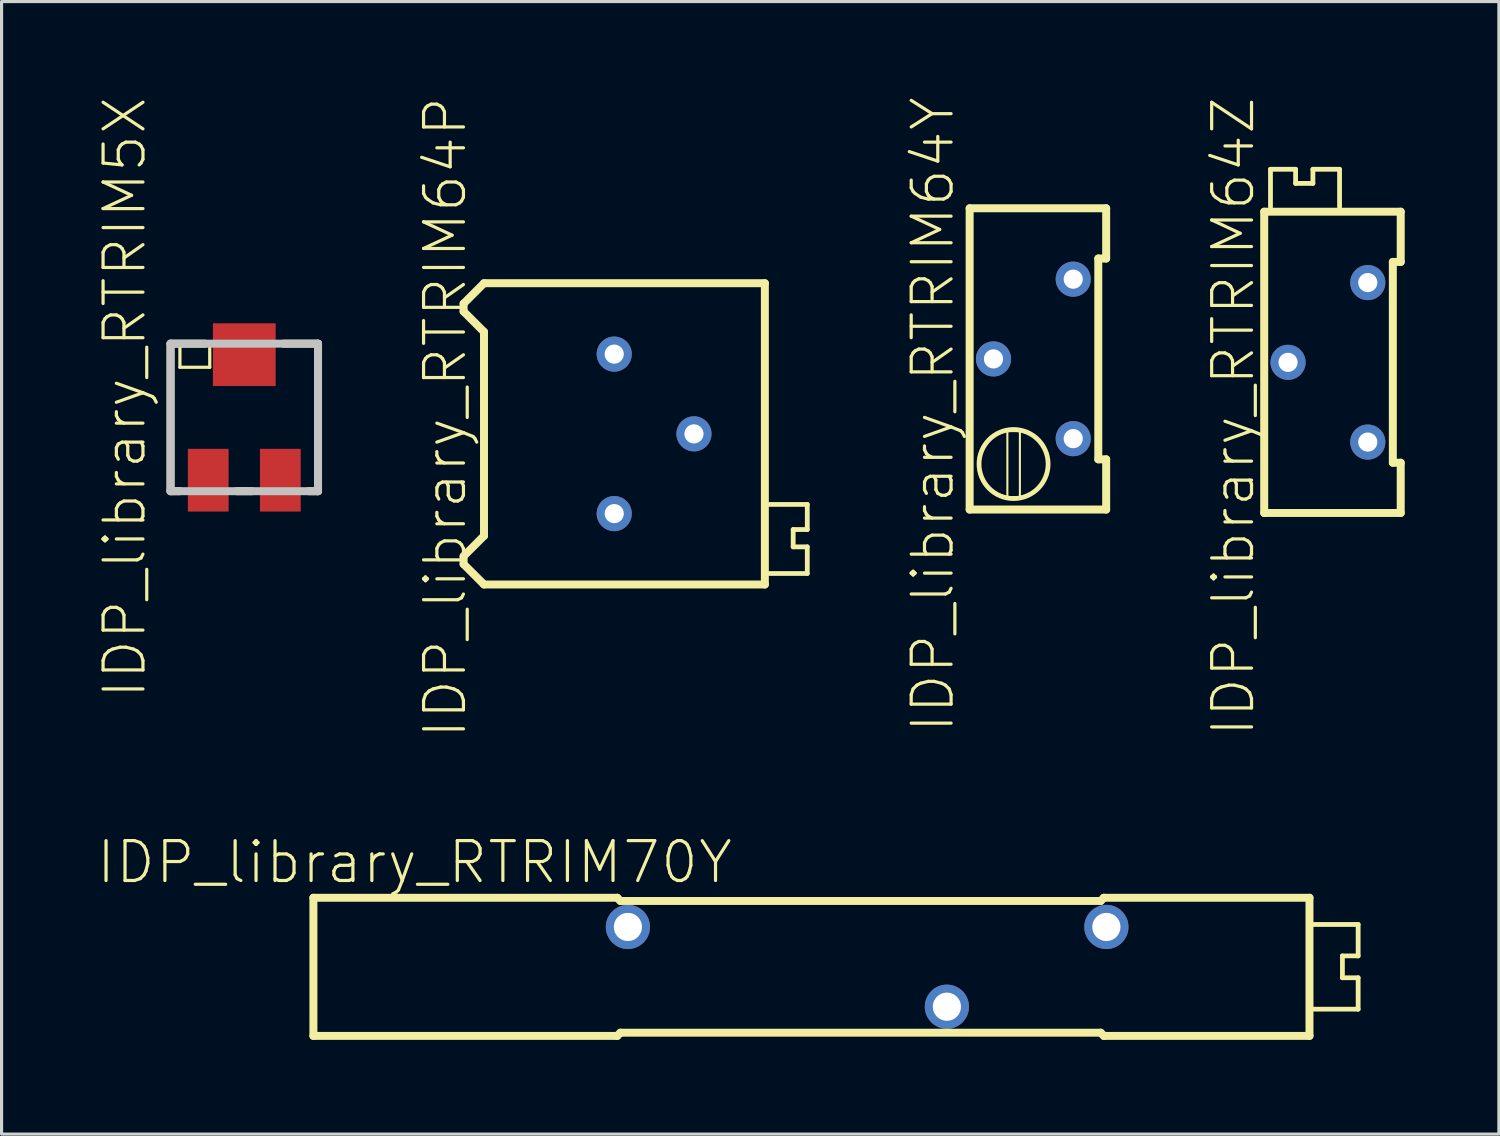
<source format=kicad_pcb>
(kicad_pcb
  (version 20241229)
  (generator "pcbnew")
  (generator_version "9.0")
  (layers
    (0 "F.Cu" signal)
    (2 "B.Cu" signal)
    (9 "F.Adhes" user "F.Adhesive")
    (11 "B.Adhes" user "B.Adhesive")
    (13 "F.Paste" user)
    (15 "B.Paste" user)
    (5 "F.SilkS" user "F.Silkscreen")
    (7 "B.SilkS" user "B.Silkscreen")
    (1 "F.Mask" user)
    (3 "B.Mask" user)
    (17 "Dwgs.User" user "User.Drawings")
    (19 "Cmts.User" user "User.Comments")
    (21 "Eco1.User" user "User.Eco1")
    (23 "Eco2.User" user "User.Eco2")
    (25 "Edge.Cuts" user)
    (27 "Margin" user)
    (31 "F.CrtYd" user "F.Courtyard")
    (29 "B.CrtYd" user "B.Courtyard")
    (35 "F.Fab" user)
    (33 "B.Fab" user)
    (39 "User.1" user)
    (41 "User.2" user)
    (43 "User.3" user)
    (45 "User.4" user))
  (footprint "IDP_library_RTRIM64Z"
    (layer "F.Cu")
    (at 40.516 8.491)
    (property "Reference" "IDP_library_RTRIM64Z" (at -4.285 1.725 90) (layer "F.SilkS") (effects (font (size 1.27 1.27) (thickness 0.102))))
    (attr exclude_from_pos_files exclude_from_bom)
    (fp_line (start -3.299 -4.798) (end 1.049 -4.798) (stroke (width 0.254) (type solid)) (layer "F.SilkS"))
    (fp_line (start -3.299 4.798) (end -3.299 -4.798) (stroke (width 0.254) (type solid)) (layer "F.SilkS"))
    (fp_line (start -3.099 -6.149) (end -2.299 -6.149) (stroke (width 0.152) (type solid)) (layer "F.SilkS"))
    (fp_line (start -3.099 -4.948) (end -3.099 -6.149) (stroke (width 0.152) (type solid)) (layer "F.SilkS"))
    (fp_line (start -2.299 -6.149) (end -2.299 -5.7) (stroke (width 0.152) (type solid)) (layer "F.SilkS"))
    (fp_line (start -2.299 -5.7) (end -1.748 -5.7) (stroke (width 0.152) (type solid)) (layer "F.SilkS"))
    (fp_line (start -1.748 -6.149) (end -0.899 -6.149) (stroke (width 0.152) (type solid)) (layer "F.SilkS"))
    (fp_line (start -1.748 -5.7) (end -1.748 -6.149) (stroke (width 0.152) (type solid)) (layer "F.SilkS"))
    (fp_line (start -0.899 -6.149) (end -0.899 -4.948) (stroke (width 0.152) (type solid)) (layer "F.SilkS"))
    (fp_line (start 0.798 -3.198) (end 0.798 3.198) (stroke (width 0.254) (type solid)) (layer "F.SilkS"))
    (fp_line (start 0.798 3.198) (end 1.049 3.198) (stroke (width 0.254) (type solid)) (layer "F.SilkS"))
    (fp_line (start 1.049 -4.798) (end 1.049 -3.198) (stroke (width 0.254) (type solid)) (layer "F.SilkS"))
    (fp_line (start 1.049 -3.198) (end 0.798 -3.198) (stroke (width 0.254) (type solid)) (layer "F.SilkS"))
    (fp_line (start 1.049 3.198) (end 1.049 4.798) (stroke (width 0.254) (type solid)) (layer "F.SilkS"))
    (fp_line (start 1.049 4.798) (end -3.299 4.798) (stroke (width 0.254) (type solid)) (layer "F.SilkS"))
    (pad "1" thru_hole circle (at 0 2.54) (size 1.118 1.118) (drill 0.61) (layers "*.Cu" "*.Paste" "*.Mask"))
    (pad "2" thru_hole circle (at -2.54 0) (size 1.118 1.118) (drill 0.61) (layers "*.Cu" "*.Paste" "*.Mask"))
    (pad "3" thru_hole circle (at 0 -2.54) (size 1.118 1.118) (drill 0.61) (layers "*.Cu" "*.Paste" "*.Mask")))
  (footprint "IDP_library_RTRIM64Y"
    (layer "F.Cu")
    (at 31.134 8.382)
    (property "Reference" "IDP_library_RTRIM64Y" (at -4.473 1.773 90) (layer "F.SilkS") (effects (font (size 1.27 1.27) (thickness 0.102))))
    (attr exclude_from_pos_files exclude_from_bom)
    (fp_line (start -3.299 -4.798) (end 1.049 -4.798) (stroke (width 0.254) (type solid)) (layer "F.SilkS"))
    (fp_line (start -3.299 4.798) (end -3.299 -4.798) (stroke (width 0.254) (type solid)) (layer "F.SilkS"))
    (fp_line (start -2.098 2.299) (end -1.699 2.299) (stroke (width 0.066) (type solid)) (layer "F.SilkS"))
    (fp_line (start -2.098 4.399) (end -2.098 2.299) (stroke (width 0.066) (type solid)) (layer "F.SilkS"))
    (fp_line (start -2.098 4.399) (end -1.699 4.399) (stroke (width 0.066) (type solid)) (layer "F.SilkS"))
    (fp_line (start -1.699 4.399) (end -1.699 2.299) (stroke (width 0.066) (type solid)) (layer "F.SilkS"))
    (fp_line (start 0.798 -3.198) (end 0.798 3.198) (stroke (width 0.254) (type solid)) (layer "F.SilkS"))
    (fp_line (start 0.798 3.198) (end 1.049 3.198) (stroke (width 0.254) (type solid)) (layer "F.SilkS"))
    (fp_line (start 1.049 -4.798) (end 1.049 -3.198) (stroke (width 0.254) (type solid)) (layer "F.SilkS"))
    (fp_line (start 1.049 -3.198) (end 0.798 -3.198) (stroke (width 0.254) (type solid)) (layer "F.SilkS"))
    (fp_line (start 1.049 3.198) (end 1.049 4.798) (stroke (width 0.254) (type solid)) (layer "F.SilkS"))
    (fp_line (start 1.049 4.798) (end -3.299 4.798) (stroke (width 0.254) (type solid)) (layer "F.SilkS"))
    (fp_circle (center -1.9 3.348) (end -1.9 2.248) (stroke (width 0.152) (type solid)) (fill no) (layer "F.SilkS"))
    (pad "1" thru_hole circle (at 0 2.54) (size 1.118 1.118) (drill 0.61) (layers "*.Cu" "*.Paste" "*.Mask"))
    (pad "2" thru_hole circle (at -2.54 0) (size 1.118 1.118) (drill 0.61) (layers "*.Cu" "*.Paste" "*.Mask"))
    (pad "3" thru_hole circle (at 0 -2.54) (size 1.118 1.118) (drill 0.61) (layers "*.Cu" "*.Paste" "*.Mask")))
  (footprint "IDP_library_RTRIM64P"
    (layer "F.Cu")
    (at 16.514 10.769)
    (property "Reference" "IDP_library_RTRIM64P" (at -5.385 -0.523 90) (layer "F.SilkS") (effects (font (size 1.27 1.27) (thickness 0.102))))
    (attr exclude_from_pos_files exclude_from_bom)
    (fp_line (start -4.798 -4.148) (end -4.148 -4.798) (stroke (width 0.254) (type solid)) (layer "F.SilkS"))
    (fp_line (start -4.798 -3.899) (end -4.798 -4.148) (stroke (width 0.254) (type solid)) (layer "F.SilkS"))
    (fp_line (start -4.798 3.899) (end -4.148 3.249) (stroke (width 0.254) (type solid)) (layer "F.SilkS"))
    (fp_line (start -4.798 4.148) (end -4.798 3.899) (stroke (width 0.254) (type solid)) (layer "F.SilkS"))
    (fp_line (start -4.148 -4.798) (end 4.798 -4.798) (stroke (width 0.254) (type solid)) (layer "F.SilkS"))
    (fp_line (start -4.148 -3.249) (end -4.798 -3.899) (stroke (width 0.254) (type solid)) (layer "F.SilkS"))
    (fp_line (start -4.148 3.249) (end -4.148 -3.249) (stroke (width 0.254) (type solid)) (layer "F.SilkS"))
    (fp_line (start -4.148 4.798) (end -4.798 4.148) (stroke (width 0.254) (type solid)) (layer "F.SilkS"))
    (fp_line (start 4.798 -4.798) (end 4.798 4.798) (stroke (width 0.254) (type solid)) (layer "F.SilkS"))
    (fp_line (start 4.798 4.798) (end -4.148 4.798) (stroke (width 0.254) (type solid)) (layer "F.SilkS"))
    (fp_line (start 4.948 2.248) (end 6.149 2.248) (stroke (width 0.152) (type solid)) (layer "F.SilkS"))
    (fp_line (start 5.7 3.048) (end 5.7 3.599) (stroke (width 0.152) (type solid)) (layer "F.SilkS"))
    (fp_line (start 5.7 3.599) (end 6.149 3.599) (stroke (width 0.152) (type solid)) (layer "F.SilkS"))
    (fp_line (start 6.149 2.248) (end 6.149 3.048) (stroke (width 0.152) (type solid)) (layer "F.SilkS"))
    (fp_line (start 6.149 3.048) (end 5.7 3.048) (stroke (width 0.152) (type solid)) (layer "F.SilkS"))
    (fp_line (start 6.149 3.599) (end 6.149 4.448) (stroke (width 0.152) (type solid)) (layer "F.SilkS"))
    (fp_line (start 6.149 4.448) (end 4.948 4.448) (stroke (width 0.152) (type solid)) (layer "F.SilkS"))
    (pad "1" thru_hole circle (at 0 2.54) (size 1.118 1.118) (drill 0.61) (layers "*.Cu" "*.Paste" "*.Mask"))
    (pad "2" thru_hole circle (at 2.54 0) (size 1.118 1.118) (drill 0.61) (layers "*.Cu" "*.Paste" "*.Mask"))
    (pad "3" thru_hole circle (at 0 -2.54) (size 1.118 1.118) (drill 0.61) (layers "*.Cu" "*.Paste" "*.Mask")))
  (footprint "IDP_library_RTRIM70Y"
    (layer "F.Cu")
    (at 23.3 27.745)
    (property "Reference" "IDP_library_RTRIM70Y" (at -13.145 -3.332 0) (layer "F.SilkS") (effects (font (size 1.27 1.27) (thickness 0.102))))
    (attr exclude_from_pos_files exclude_from_bom)
    (fp_line (start -16.368 -2.2) (end -16.368 2.2) (stroke (width 0.254) (type solid)) (layer "F.SilkS"))
    (fp_line (start -16.368 2.2) (end -6.688 2.2) (stroke (width 0.254) (type solid)) (layer "F.SilkS"))
    (fp_line (start -6.688 -2.2) (end -16.368 -2.2) (stroke (width 0.254) (type solid)) (layer "F.SilkS"))
    (fp_line (start -6.589 -2.098) (end -6.688 -2.2) (stroke (width 0.254) (type solid)) (layer "F.SilkS"))
    (fp_line (start -6.589 2.098) (end -6.688 2.2) (stroke (width 0.254) (type solid)) (layer "F.SilkS"))
    (fp_line (start 8.71 -2.098) (end -6.589 -2.098) (stroke (width 0.254) (type solid)) (layer "F.SilkS"))
    (fp_line (start 8.71 2.098) (end -6.589 2.098) (stroke (width 0.254) (type solid)) (layer "F.SilkS"))
    (fp_line (start 8.71 2.098) (end 8.809 2.2) (stroke (width 0.254) (type solid)) (layer "F.SilkS"))
    (fp_line (start 8.809 -2.2) (end 8.71 -2.098) (stroke (width 0.254) (type solid)) (layer "F.SilkS"))
    (fp_line (start 8.809 2.2) (end 15.359 2.2) (stroke (width 0.254) (type solid)) (layer "F.SilkS"))
    (fp_line (start 15.359 -2.2) (end 8.809 -2.2) (stroke (width 0.254) (type solid)) (layer "F.SilkS"))
    (fp_line (start 15.359 2.2) (end 15.359 -2.2) (stroke (width 0.254) (type solid)) (layer "F.SilkS"))
    (fp_line (start 15.458 -1.349) (end 16.909 -1.349) (stroke (width 0.152) (type solid)) (layer "F.SilkS"))
    (fp_line (start 16.408 -0.348) (end 16.408 0.348) (stroke (width 0.152) (type solid)) (layer "F.SilkS"))
    (fp_line (start 16.408 0.348) (end 16.909 0.348) (stroke (width 0.152) (type solid)) (layer "F.SilkS"))
    (fp_line (start 16.909 -1.349) (end 16.909 -0.348) (stroke (width 0.152) (type solid)) (layer "F.SilkS"))
    (fp_line (start 16.909 -0.348) (end 16.408 -0.348) (stroke (width 0.152) (type solid)) (layer "F.SilkS"))
    (fp_line (start 16.909 0.348) (end 16.909 1.349) (stroke (width 0.152) (type solid)) (layer "F.SilkS"))
    (fp_line (start 16.909 1.349) (end 15.458 1.349) (stroke (width 0.152) (type solid)) (layer "F.SilkS"))
    (pad "1" thru_hole circle (at -6.35 -1.27) (size 1.407 1.407) (drill 0.899) (layers "*.Cu" "*.Paste" "*.Mask"))
    (pad "2" thru_hole circle (at 3.81 1.27) (size 1.407 1.407) (drill 0.899) (layers "*.Cu" "*.Paste" "*.Mask"))
    (pad "3" thru_hole circle (at 8.89 -1.27) (size 1.407 1.407) (drill 0.899) (layers "*.Cu" "*.Paste" "*.Mask")))
  (footprint "IDP_library_RTRIM5X"
    (layer "F.Cu")
    (at 4.731 10.246)
    (property "Reference" "IDP_library_RTRIM5X" (at -3.81 -0.635 90) (layer "F.SilkS") (effects (font (size 1.27 1.27) (thickness 0.102))))
    (attr smd)
    (fp_line (start -2.349 -2.349) (end -1.25 -2.349) (stroke (width 0.254) (type solid)) (layer "F.SilkS"))
    (fp_line (start -2.349 2.349) (end -2.349 -2.349) (stroke (width 0.254) (type solid)) (layer "F.SilkS"))
    (fp_line (start -2.05 -1.598) (end -2.05 -2.248) (stroke (width 0.102) (type solid)) (layer "F.SilkS"))
    (fp_line (start -2.05 2.349) (end -2.349 2.349) (stroke (width 0.254) (type solid)) (layer "F.SilkS"))
    (fp_line (start -1.1 -2.248) (end -1.1 -1.598) (stroke (width 0.102) (type solid)) (layer "F.SilkS"))
    (fp_line (start -1.1 -1.598) (end -2.05 -1.598) (stroke (width 0.102) (type solid)) (layer "F.SilkS"))
    (fp_line (start 0.249 2.349) (end -0.249 2.349) (stroke (width 0.254) (type solid)) (layer "F.SilkS"))
    (fp_line (start 1.25 -2.349) (end 2.349 -2.349) (stroke (width 0.254) (type solid)) (layer "F.SilkS"))
    (fp_line (start 2.349 -2.349) (end 2.349 2.349) (stroke (width 0.254) (type solid)) (layer "F.SilkS"))
    (fp_line (start 2.349 2.349) (end 2.05 2.349) (stroke (width 0.254) (type solid)) (layer "F.SilkS"))
    (fp_line (start -2.349 -2.349) (end -2.349 2.349) (stroke (width 0.254) (type solid)) (layer "Dwgs.User"))
    (fp_line (start -2.349 2.349) (end 2.349 2.349) (stroke (width 0.254) (type solid)) (layer "Dwgs.User"))
    (fp_line (start 2.349 -2.349) (end -2.349 -2.349) (stroke (width 0.254) (type solid)) (layer "Dwgs.User"))
    (fp_line (start 2.349 2.349) (end 2.349 -2.349) (stroke (width 0.254) (type solid)) (layer "Dwgs.User"))
    (pad "1" smd rect (at -1.148 1.999) (size 1.298 1.999) (layers "F.Cu" "F.Mask" "F.Paste"))
    (pad "2" smd rect (at 0 -1.999) (size 1.999 1.999) (layers "F.Cu" "F.Mask" "F.Paste"))
    (pad "3" smd rect (at 1.148 1.999) (size 1.298 1.999) (layers "F.Cu" "F.Mask" "F.Paste")))
  (gr_rect
    (start -3 -3)
    (end 44.692 33.072)
    (stroke (width 0.1) (type default))
    (fill no)
    (layer "Edge.Cuts")))
</source>
